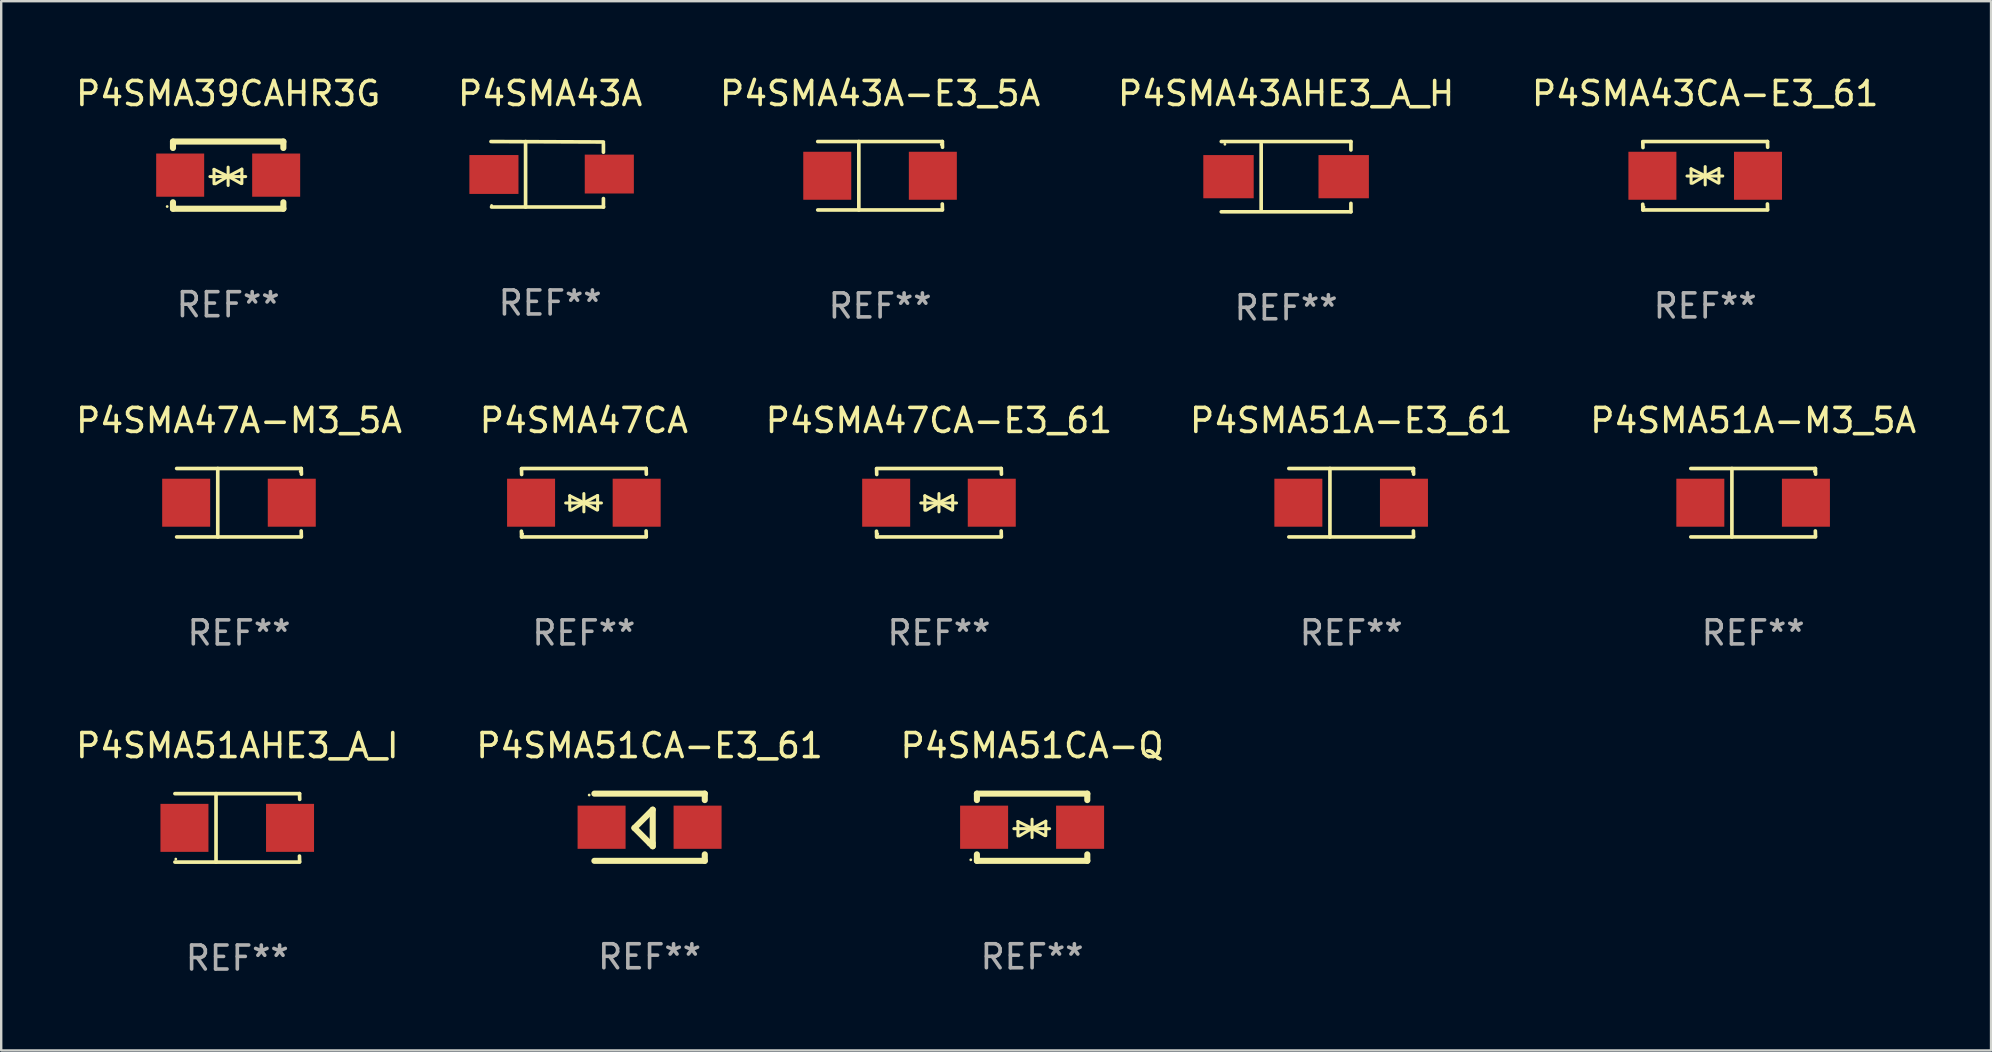
<source format=kicad_pcb>
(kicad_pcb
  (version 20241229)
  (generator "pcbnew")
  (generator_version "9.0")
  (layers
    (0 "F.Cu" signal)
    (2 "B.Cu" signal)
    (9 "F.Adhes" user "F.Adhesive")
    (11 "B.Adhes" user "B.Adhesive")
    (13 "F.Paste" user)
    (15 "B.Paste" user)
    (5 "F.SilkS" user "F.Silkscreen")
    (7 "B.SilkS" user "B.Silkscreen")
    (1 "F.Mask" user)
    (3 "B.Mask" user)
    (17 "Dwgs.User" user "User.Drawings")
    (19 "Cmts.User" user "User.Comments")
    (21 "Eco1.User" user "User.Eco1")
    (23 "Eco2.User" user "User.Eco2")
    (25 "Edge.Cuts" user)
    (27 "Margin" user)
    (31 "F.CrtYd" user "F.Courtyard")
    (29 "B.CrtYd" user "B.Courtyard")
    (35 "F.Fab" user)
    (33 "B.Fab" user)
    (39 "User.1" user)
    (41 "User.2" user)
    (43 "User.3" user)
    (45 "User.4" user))
  (footprint "P4SMA39CAHR3G"
    (layer "F.Cu")
    (at 6.458 4.248)
    (property "Reference" "P4SMA39CAHR3G" (at 0 -3.4 0) (layer "F.SilkS") (effects (font (size 1 1) (thickness 0.15))))
    (attr through_hole)
    (fp_line (start -2.3 -1.4) (end -2.3 -1.131) (stroke (width 0.254) (type solid)) (layer "F.SilkS"))
    (fp_line (start -2.3 -1.4) (end 2.3 -1.4) (stroke (width 0.254) (type solid)) (layer "F.SilkS"))
    (fp_line (start -2.3 1.131) (end -2.3 1.4) (stroke (width 0.254) (type solid)) (layer "F.SilkS"))
    (fp_line (start -2.3 1.4) (end 2.3 1.4) (stroke (width 0.254) (type solid)) (layer "F.SilkS"))
    (fp_line (start -0.76 0.06) (end 0.73 0.06) (stroke (width 0.127) (type solid)) (layer "F.SilkS"))
    (fp_line (start -0.59 -0.24) (end -0.59 0.36) (stroke (width 0.127) (type solid)) (layer "F.SilkS"))
    (fp_line (start -0.59 -0.24) (end -0.002 0.049) (stroke (width 0.127) (type solid)) (layer "F.SilkS"))
    (fp_line (start -0.53 0.36) (end -0.002 0.049) (stroke (width 0.127) (type solid)) (layer "F.SilkS"))
    (fp_line (start -0.002 0.049) (end -0.002 -0.332) (stroke (width 0.127) (type solid)) (layer "F.SilkS"))
    (fp_line (start -0.002 0.049) (end -0.002 0.43) (stroke (width 0.127) (type solid)) (layer "F.SilkS"))
    (fp_line (start 0.54 0.35) (end -0.002 0.049) (stroke (width 0.127) (type solid)) (layer "F.SilkS"))
    (fp_line (start 0.57 -0.25) (end -0.002 0.049) (stroke (width 0.127) (type solid)) (layer "F.SilkS"))
    (fp_line (start 0.57 -0.25) (end 0.57 0.35) (stroke (width 0.127) (type solid)) (layer "F.SilkS"))
    (fp_line (start 2.3 -1.4) (end 2.3 -1.131) (stroke (width 0.254) (type solid)) (layer "F.SilkS"))
    (fp_line (start 2.3 1.131) (end 2.3 1.4) (stroke (width 0.254) (type solid)) (layer "F.SilkS"))
    (fp_circle (center -2.542 1.308) (end -2.512 1.308) (stroke (width 0.06) (type solid)) (fill no) (layer "F.SilkS"))
    (fp_text user "REF**" (at 0 5.4 0) (layer "F.Fab") (effects (font (size 1 1) (thickness 0.15))))
    (pad "1" smd rect (at -2 0) (size 2 1.8) (layers "F.Cu" "F.Mask" "F.Paste"))
    (pad "2" smd rect (at 2 0) (size 2 1.8) (layers "F.Cu" "F.Mask" "F.Paste")))
  (footprint "P4SMA43AHE3_A_H"
    (layer "F.Cu")
    (at 50.542 4.312)
    (property "Reference" "P4SMA43AHE3_A_H" (at 0 -3.464 0) (layer "F.SilkS") (effects (font (size 1 1) (thickness 0.15))))
    (attr through_hole)
    (fp_line (start -2.701 -1.464) (end 2.701 -1.464) (stroke (width 0.152) (type solid)) (layer "F.SilkS"))
    (fp_line (start -2.701 1.464) (end 2.701 1.464) (stroke (width 0.152) (type solid)) (layer "F.SilkS"))
    (fp_line (start -1.039 -1.364) (end -1.039 1.364) (stroke (width 0.152) (type solid)) (layer "F.SilkS"))
    (fp_line (start 2.701 -1.464) (end 2.701 -1.113) (stroke (width 0.152) (type solid)) (layer "F.SilkS"))
    (fp_line (start 2.701 1.464) (end 2.701 1.113) (stroke (width 0.152) (type solid)) (layer "F.SilkS"))
    (fp_circle (center -2.55 -1.35) (end -2.52 -1.35) (stroke (width 0.06) (type solid)) (fill no) (layer "F.SilkS"))
    (fp_text user "REF**" (at 0 5.464 0) (layer "F.Fab") (effects (font (size 1 1) (thickness 0.15))))
    (pad "1" smd rect (at -2.4 0) (size 2.1 1.8) (layers "F.Cu" "F.Mask" "F.Paste"))
    (pad "2" smd rect (at 2.4 0) (size 2.1 1.8) (layers "F.Cu" "F.Mask" "F.Paste")))
  (footprint "P4SMA51A-E3_61"
    (layer "F.Cu")
    (at 53.256 17.898)
    (property "Reference" "P4SMA51A-E3_61" (at 0 -3.426 0) (layer "F.SilkS") (effects (font (size 1 1) (thickness 0.15))))
    (attr through_hole)
    (fp_line (start -2.6 -1.426) (end 2.593 -1.426) (stroke (width 0.152) (type solid)) (layer "F.SilkS"))
    (fp_line (start -2.6 1.426) (end 2.593 1.426) (stroke (width 0.152) (type solid)) (layer "F.SilkS"))
    (fp_line (start -0.887 -1.426) (end -0.887 1.426) (stroke (width 0.152) (type solid)) (layer "F.SilkS"))
    (fp_line (start 2.59 1.176) (end 2.597 1.415) (stroke (width 0.152) (type solid)) (layer "F.SilkS"))
    (fp_line (start 2.593 -1.426) (end 2.6 -1.187) (stroke (width 0.152) (type solid)) (layer "F.SilkS"))
    (fp_circle (center 2.547 -1.3) (end 2.577 -1.3) (stroke (width 0.06) (type solid)) (fill no) (layer "F.SilkS"))
    (fp_text user "REF**" (at 0 5.426 0) (layer "F.Fab") (effects (font (size 1 1) (thickness 0.15))))
    (pad "1" smd rect (at 2.197 -0.000025 180) (size 2 2) (layers "F.Cu" "F.Mask" "F.Paste"))
    (pad "2" smd rect (at -2.203 -0.000025 180) (size 2 2) (layers "F.Cu" "F.Mask" "F.Paste")))
  (footprint "P4SMA47A-M3_5A"
    (layer "F.Cu")
    (at 6.911 17.898)
    (property "Reference" "P4SMA47A-M3_5A" (at 0 -3.426 0) (layer "F.SilkS") (effects (font (size 1 1) (thickness 0.15))))
    (attr through_hole)
    (fp_line (start -2.6 -1.426) (end 2.593 -1.426) (stroke (width 0.152) (type solid)) (layer "F.SilkS"))
    (fp_line (start -2.6 1.426) (end 2.593 1.426) (stroke (width 0.152) (type solid)) (layer "F.SilkS"))
    (fp_line (start -0.887 -1.426) (end -0.887 1.426) (stroke (width 0.152) (type solid)) (layer "F.SilkS"))
    (fp_line (start 2.59 1.176) (end 2.597 1.415) (stroke (width 0.152) (type solid)) (layer "F.SilkS"))
    (fp_line (start 2.593 -1.426) (end 2.6 -1.187) (stroke (width 0.152) (type solid)) (layer "F.SilkS"))
    (fp_circle (center 2.547 -1.3) (end 2.577 -1.3) (stroke (width 0.06) (type solid)) (fill no) (layer "F.SilkS"))
    (fp_text user "REF**" (at 0 5.426 0) (layer "F.Fab") (effects (font (size 1 1) (thickness 0.15))))
    (pad "1" smd rect (at 2.197 -0.000025 180) (size 2 2) (layers "F.Cu" "F.Mask" "F.Paste"))
    (pad "2" smd rect (at -2.203 -0.000025 180) (size 2 2) (layers "F.Cu" "F.Mask" "F.Paste")))
  (footprint "P4SMA47CA"
    (layer "F.Cu")
    (at 21.28 17.898)
    (property "Reference" "P4SMA47CA" (at 0 -3.426 0) (layer "F.SilkS") (effects (font (size 1 1) (thickness 0.15))))
    (attr through_hole)
    (fp_line (start -2.596 -1.426) (end 2.596 -1.426) (stroke (width 0.152) (type solid)) (layer "F.SilkS"))
    (fp_line (start -2.596 1.426) (end -2.603 1.187) (stroke (width 0.152) (type solid)) (layer "F.SilkS"))
    (fp_line (start -2.596 1.426) (end 2.596 1.426) (stroke (width 0.152) (type solid)) (layer "F.SilkS"))
    (fp_line (start -2.593 -1.176) (end -2.6 -1.415) (stroke (width 0.152) (type solid)) (layer "F.SilkS"))
    (fp_line (start -0.758 0.011) (end 0.732 0.011) (stroke (width 0.127) (type solid)) (layer "F.SilkS"))
    (fp_line (start -0.588 -0.289) (end -0.588 0.311) (stroke (width 0.127) (type solid)) (layer "F.SilkS"))
    (fp_line (start -0.588 -0.289) (end 0 0) (stroke (width 0.127) (type solid)) (layer "F.SilkS"))
    (fp_line (start -0.528 0.311) (end 0 0) (stroke (width 0.127) (type solid)) (layer "F.SilkS"))
    (fp_line (start 0 0) (end 0 -0.381) (stroke (width 0.127) (type solid)) (layer "F.SilkS"))
    (fp_line (start 0 0) (end 0 0.381) (stroke (width 0.127) (type solid)) (layer "F.SilkS"))
    (fp_line (start 0.542 0.301) (end 0 0) (stroke (width 0.127) (type solid)) (layer "F.SilkS"))
    (fp_line (start 0.572 -0.299) (end 0 0) (stroke (width 0.127) (type solid)) (layer "F.SilkS"))
    (fp_line (start 0.572 -0.299) (end 0.572 0.301) (stroke (width 0.127) (type solid)) (layer "F.SilkS"))
    (fp_line (start 2.593 1.176) (end 2.6 1.415) (stroke (width 0.152) (type solid)) (layer "F.SilkS"))
    (fp_line (start 2.596 -1.426) (end 2.603 -1.187) (stroke (width 0.152) (type solid)) (layer "F.SilkS"))
    (fp_circle (center -2.55 1.3) (end -2.52 1.3) (stroke (width 0.06) (type solid)) (fill no) (layer "F.SilkS"))
    (fp_text user "REF**" (at 0 5.426 0) (layer "F.Fab") (effects (font (size 1 1) (thickness 0.15))))
    (pad "1" smd rect (at -2.2 0 180) (size 2 2) (layers "F.Cu" "F.Mask" "F.Paste"))
    (pad "2" smd rect (at 2.2 0 180) (size 2 2) (layers "F.Cu" "F.Mask" "F.Paste")))
  (footprint "P4SMA47CA-E3_61"
    (layer "F.Cu")
    (at 36.077 17.898)
    (property "Reference" "P4SMA47CA-E3_61" (at 0 -3.426 0) (layer "F.SilkS") (effects (font (size 1 1) (thickness 0.15))))
    (attr through_hole)
    (fp_line (start -2.596 -1.426) (end 2.596 -1.426) (stroke (width 0.152) (type solid)) (layer "F.SilkS"))
    (fp_line (start -2.596 1.426) (end -2.603 1.187) (stroke (width 0.152) (type solid)) (layer "F.SilkS"))
    (fp_line (start -2.596 1.426) (end 2.596 1.426) (stroke (width 0.152) (type solid)) (layer "F.SilkS"))
    (fp_line (start -2.593 -1.176) (end -2.6 -1.415) (stroke (width 0.152) (type solid)) (layer "F.SilkS"))
    (fp_line (start -0.758 0.011) (end 0.732 0.011) (stroke (width 0.127) (type solid)) (layer "F.SilkS"))
    (fp_line (start -0.588 -0.289) (end -0.588 0.311) (stroke (width 0.127) (type solid)) (layer "F.SilkS"))
    (fp_line (start -0.588 -0.289) (end 0 0) (stroke (width 0.127) (type solid)) (layer "F.SilkS"))
    (fp_line (start -0.528 0.311) (end 0 0) (stroke (width 0.127) (type solid)) (layer "F.SilkS"))
    (fp_line (start 0 0) (end 0 -0.381) (stroke (width 0.127) (type solid)) (layer "F.SilkS"))
    (fp_line (start 0 0) (end 0 0.381) (stroke (width 0.127) (type solid)) (layer "F.SilkS"))
    (fp_line (start 0.542 0.301) (end 0 0) (stroke (width 0.127) (type solid)) (layer "F.SilkS"))
    (fp_line (start 0.572 -0.299) (end 0 0) (stroke (width 0.127) (type solid)) (layer "F.SilkS"))
    (fp_line (start 0.572 -0.299) (end 0.572 0.301) (stroke (width 0.127) (type solid)) (layer "F.SilkS"))
    (fp_line (start 2.593 1.176) (end 2.6 1.415) (stroke (width 0.152) (type solid)) (layer "F.SilkS"))
    (fp_line (start 2.596 -1.426) (end 2.603 -1.187) (stroke (width 0.152) (type solid)) (layer "F.SilkS"))
    (fp_circle (center -2.55 1.3) (end -2.52 1.3) (stroke (width 0.06) (type solid)) (fill no) (layer "F.SilkS"))
    (fp_text user "REF**" (at 0 5.426 0) (layer "F.Fab") (effects (font (size 1 1) (thickness 0.15))))
    (pad "1" smd rect (at -2.2 0 180) (size 2 2) (layers "F.Cu" "F.Mask" "F.Paste"))
    (pad "2" smd rect (at 2.2 0 180) (size 2 2) (layers "F.Cu" "F.Mask" "F.Paste")))
  (footprint "P4SMA51CA-Q"
    (layer "F.Cu")
    (at 39.958 31.421)
    (property "Reference" "P4SMA51CA-Q" (at 0 -3.4 0) (layer "F.SilkS") (effects (font (size 1 1) (thickness 0.15))))
    (attr through_hole)
    (fp_line (start -2.3 -1.4) (end -2.3 -1.131) (stroke (width 0.254) (type solid)) (layer "F.SilkS"))
    (fp_line (start -2.3 -1.4) (end 2.3 -1.4) (stroke (width 0.254) (type solid)) (layer "F.SilkS"))
    (fp_line (start -2.3 1.131) (end -2.3 1.4) (stroke (width 0.254) (type solid)) (layer "F.SilkS"))
    (fp_line (start -2.3 1.4) (end 2.3 1.4) (stroke (width 0.254) (type solid)) (layer "F.SilkS"))
    (fp_line (start -0.76 0.06) (end 0.73 0.06) (stroke (width 0.127) (type solid)) (layer "F.SilkS"))
    (fp_line (start -0.59 -0.24) (end -0.59 0.36) (stroke (width 0.127) (type solid)) (layer "F.SilkS"))
    (fp_line (start -0.59 -0.24) (end -0.002 0.049) (stroke (width 0.127) (type solid)) (layer "F.SilkS"))
    (fp_line (start -0.53 0.36) (end -0.002 0.049) (stroke (width 0.127) (type solid)) (layer "F.SilkS"))
    (fp_line (start -0.002 0.049) (end -0.002 -0.332) (stroke (width 0.127) (type solid)) (layer "F.SilkS"))
    (fp_line (start -0.002 0.049) (end -0.002 0.43) (stroke (width 0.127) (type solid)) (layer "F.SilkS"))
    (fp_line (start 0.54 0.35) (end -0.002 0.049) (stroke (width 0.127) (type solid)) (layer "F.SilkS"))
    (fp_line (start 0.57 -0.25) (end -0.002 0.049) (stroke (width 0.127) (type solid)) (layer "F.SilkS"))
    (fp_line (start 0.57 -0.25) (end 0.57 0.35) (stroke (width 0.127) (type solid)) (layer "F.SilkS"))
    (fp_line (start 2.3 -1.4) (end 2.3 -1.131) (stroke (width 0.254) (type solid)) (layer "F.SilkS"))
    (fp_line (start 2.3 1.131) (end 2.3 1.4) (stroke (width 0.254) (type solid)) (layer "F.SilkS"))
    (fp_circle (center -2.555 1.358) (end -2.525 1.358) (stroke (width 0.06) (type solid)) (fill no) (layer "F.SilkS"))
    (fp_text user "REF**" (at 0 5.4 0) (layer "F.Fab") (effects (font (size 1 1) (thickness 0.15))))
    (pad "1" smd rect (at -2 -0.000025) (size 2 1.8) (layers "F.Cu" "F.Mask" "F.Paste"))
    (pad "2" smd rect (at 2 -0.000025) (size 2 1.8) (layers "F.Cu" "F.Mask" "F.Paste")))
  (footprint "P4SMA51A-M3_5A"
    (layer "F.Cu")
    (at 70.006 17.898)
    (property "Reference" "P4SMA51A-M3_5A" (at 0 -3.426 0) (layer "F.SilkS") (effects (font (size 1 1) (thickness 0.15))))
    (attr through_hole)
    (fp_line (start -2.6 -1.426) (end 2.593 -1.426) (stroke (width 0.152) (type solid)) (layer "F.SilkS"))
    (fp_line (start -2.6 1.426) (end 2.593 1.426) (stroke (width 0.152) (type solid)) (layer "F.SilkS"))
    (fp_line (start -0.887 -1.426) (end -0.887 1.426) (stroke (width 0.152) (type solid)) (layer "F.SilkS"))
    (fp_line (start 2.59 1.176) (end 2.597 1.415) (stroke (width 0.152) (type solid)) (layer "F.SilkS"))
    (fp_line (start 2.593 -1.426) (end 2.6 -1.187) (stroke (width 0.152) (type solid)) (layer "F.SilkS"))
    (fp_circle (center 2.547 -1.3) (end 2.577 -1.3) (stroke (width 0.06) (type solid)) (fill no) (layer "F.SilkS"))
    (fp_text user "REF**" (at 0 5.426 0) (layer "F.Fab") (effects (font (size 1 1) (thickness 0.15))))
    (pad "1" smd rect (at 2.197 -0.000025 180) (size 2 2) (layers "F.Cu" "F.Mask" "F.Paste"))
    (pad "2" smd rect (at -2.203 -0.000025 180) (size 2 2) (layers "F.Cu" "F.Mask" "F.Paste")))
  (footprint "P4SMA51CA-E3_61"
    (layer "F.Cu")
    (at 24.018 31.421)
    (property "Reference" "P4SMA51CA-E3_61" (at 0 -3.4 0) (layer "F.SilkS") (effects (font (size 1 1) (thickness 0.15))))
    (attr through_hole)
    (fp_line (start -2.3 -1.4) (end 2.3 -1.4) (stroke (width 0.254) (type solid)) (layer "F.SilkS"))
    (fp_line (start -2.3 1.4) (end 2.3 1.4) (stroke (width 0.254) (type solid)) (layer "F.SilkS"))
    (fp_line (start -0.631 0.03) (end 0.131 -0.732) (stroke (width 0.254) (type solid)) (layer "F.SilkS"))
    (fp_line (start 0.004 0.665) (end -0.631 0.03) (stroke (width 0.254) (type solid)) (layer "F.SilkS"))
    (fp_line (start 0.131 -0.732) (end 0.131 0.665) (stroke (width 0.254) (type solid)) (layer "F.SilkS"))
    (fp_line (start 0.131 0.665) (end 0.131 0.792) (stroke (width 0.254) (type solid)) (layer "F.SilkS"))
    (fp_line (start 0.131 0.792) (end 0.004 0.665) (stroke (width 0.254) (type solid)) (layer "F.SilkS"))
    (fp_line (start 2.3 -1.4) (end 2.3 -1.131) (stroke (width 0.254) (type solid)) (layer "F.SilkS"))
    (fp_line (start 2.3 1.131) (end 2.3 1.4) (stroke (width 0.254) (type solid)) (layer "F.SilkS"))
    (fp_circle (center -2.517 -1.342) (end -2.487 -1.342) (stroke (width 0.06) (type solid)) (fill no) (layer "F.SilkS"))
    (fp_text user "REF**" (at 0 5.4 0) (layer "F.Fab") (effects (font (size 1 1) (thickness 0.15))))
    (pad "1" smd rect (at -2 -0.000127) (size 2 1.8) (layers "F.Cu" "F.Mask" "F.Paste"))
    (pad "2" smd rect (at 2 -0.000127) (size 2 1.8) (layers "F.Cu" "F.Mask" "F.Paste")))
  (footprint "P4SMA43A"
    (layer "F.Cu")
    (at 19.875 4.212)
    (property "Reference" "P4SMA43A" (at 0 -3.364 0) (layer "F.SilkS") (effects (font (size 1 1) (thickness 0.15))))
    (attr through_hole)
    (fp_line (start -2.465 -1.364) (end 2.22 -1.346) (stroke (width 0.152) (type solid)) (layer "F.SilkS"))
    (fp_line (start -2.442 1.364) (end 2.226 1.364) (stroke (width 0.152) (type solid)) (layer "F.SilkS"))
    (fp_line (start -1.024 -1.364) (end -1.024 1.364) (stroke (width 0.152) (type solid)) (layer "F.SilkS"))
    (fp_line (start 2.22 -1.27) (end 2.22 -0.919) (stroke (width 0.152) (type solid)) (layer "F.SilkS"))
    (fp_line (start 2.22 1.364) (end 2.22 1.013) (stroke (width 0.152) (type solid)) (layer "F.SilkS"))
    (fp_circle (center -2.439 1.3) (end -2.409 1.3) (stroke (width 0.06) (type solid)) (fill no) (layer "F.SilkS"))
    (fp_text user "REF**" (at 0 5.364 0) (layer "F.Fab") (effects (font (size 1 1) (thickness 0.15))))
    (pad "1" smd rect (at -2.343 0.009) (size 2.046 1.62) (layers "F.Cu" "F.Mask" "F.Paste"))
    (pad "2" smd rect (at 2.465 -0.009 180) (size 2.046 1.62) (layers "F.Cu" "F.Mask" "F.Paste")))
  (footprint "P4SMA43CA-E3_61"
    (layer "F.Cu")
    (at 68.006 4.274)
    (property "Reference" "P4SMA43CA-E3_61" (at 0 -3.426 0) (layer "F.SilkS") (effects (font (size 1 1) (thickness 0.15))))
    (attr through_hole)
    (fp_line (start -2.596 -1.426) (end 2.596 -1.426) (stroke (width 0.152) (type solid)) (layer "F.SilkS"))
    (fp_line (start -2.596 1.426) (end -2.603 1.187) (stroke (width 0.152) (type solid)) (layer "F.SilkS"))
    (fp_line (start -2.596 1.426) (end 2.596 1.426) (stroke (width 0.152) (type solid)) (layer "F.SilkS"))
    (fp_line (start -2.593 -1.176) (end -2.6 -1.415) (stroke (width 0.152) (type solid)) (layer "F.SilkS"))
    (fp_line (start -0.758 0.011) (end 0.732 0.011) (stroke (width 0.127) (type solid)) (layer "F.SilkS"))
    (fp_line (start -0.588 -0.289) (end -0.588 0.311) (stroke (width 0.127) (type solid)) (layer "F.SilkS"))
    (fp_line (start -0.588 -0.289) (end 0 0) (stroke (width 0.127) (type solid)) (layer "F.SilkS"))
    (fp_line (start -0.528 0.311) (end 0 0) (stroke (width 0.127) (type solid)) (layer "F.SilkS"))
    (fp_line (start 0 0) (end 0 -0.381) (stroke (width 0.127) (type solid)) (layer "F.SilkS"))
    (fp_line (start 0 0) (end 0 0.381) (stroke (width 0.127) (type solid)) (layer "F.SilkS"))
    (fp_line (start 0.542 0.301) (end 0 0) (stroke (width 0.127) (type solid)) (layer "F.SilkS"))
    (fp_line (start 0.572 -0.299) (end 0 0) (stroke (width 0.127) (type solid)) (layer "F.SilkS"))
    (fp_line (start 0.572 -0.299) (end 0.572 0.301) (stroke (width 0.127) (type solid)) (layer "F.SilkS"))
    (fp_line (start 2.593 1.176) (end 2.6 1.415) (stroke (width 0.152) (type solid)) (layer "F.SilkS"))
    (fp_line (start 2.596 -1.426) (end 2.603 -1.187) (stroke (width 0.152) (type solid)) (layer "F.SilkS"))
    (fp_circle (center -2.55 1.3) (end -2.52 1.3) (stroke (width 0.06) (type solid)) (fill no) (layer "F.SilkS"))
    (fp_text user "REF**" (at 0 5.426 0) (layer "F.Fab") (effects (font (size 1 1) (thickness 0.15))))
    (pad "1" smd rect (at -2.2 0 180) (size 2 2) (layers "F.Cu" "F.Mask" "F.Paste"))
    (pad "2" smd rect (at 2.2 0 180) (size 2 2) (layers "F.Cu" "F.Mask" "F.Paste")))
  (footprint "P4SMA51AHE3_A_I"
    (layer "F.Cu")
    (at 6.839 31.447)
    (property "Reference" "P4SMA51AHE3_A_I" (at 0 -3.426 0) (layer "F.SilkS") (effects (font (size 1 1) (thickness 0.15))))
    (attr through_hole)
    (fp_line (start -2.6 -1.426) (end 2.593 -1.426) (stroke (width 0.152) (type solid)) (layer "F.SilkS"))
    (fp_line (start -2.6 1.426) (end 2.593 1.426) (stroke (width 0.152) (type solid)) (layer "F.SilkS"))
    (fp_line (start -0.887 -1.426) (end -0.887 1.426) (stroke (width 0.152) (type solid)) (layer "F.SilkS"))
    (fp_line (start 2.59 1.176) (end 2.597 1.415) (stroke (width 0.152) (type solid)) (layer "F.SilkS"))
    (fp_line (start 2.593 -1.426) (end 2.6 -1.187) (stroke (width 0.152) (type solid)) (layer "F.SilkS"))
    (fp_circle (center -2.563 1.3) (end -2.533 1.3) (stroke (width 0.06) (type solid)) (fill no) (layer "F.SilkS"))
    (fp_text user "REF**" (at 0 5.426 0) (layer "F.Fab") (effects (font (size 1 1) (thickness 0.15))))
    (pad "1" smd rect (at -2.203 -0.000025 180) (size 2 2) (layers "F.Cu" "F.Mask" "F.Paste"))
    (pad "2" smd rect (at 2.197 -0.000025 180) (size 2 2) (layers "F.Cu" "F.Mask" "F.Paste")))
  (footprint "P4SMA43A-E3_5A"
    (layer "F.Cu")
    (at 33.625 4.274)
    (property "Reference" "P4SMA43A-E3_5A" (at 0 -3.426 0) (layer "F.SilkS") (effects (font (size 1 1) (thickness 0.15))))
    (attr through_hole)
    (fp_line (start -2.6 -1.426) (end 2.593 -1.426) (stroke (width 0.152) (type solid)) (layer "F.SilkS"))
    (fp_line (start -2.6 1.426) (end 2.593 1.426) (stroke (width 0.152) (type solid)) (layer "F.SilkS"))
    (fp_line (start -0.887 -1.426) (end -0.887 1.426) (stroke (width 0.152) (type solid)) (layer "F.SilkS"))
    (fp_line (start 2.59 1.176) (end 2.597 1.415) (stroke (width 0.152) (type solid)) (layer "F.SilkS"))
    (fp_line (start 2.593 -1.426) (end 2.6 -1.187) (stroke (width 0.152) (type solid)) (layer "F.SilkS"))
    (fp_circle (center 2.547 -1.3) (end 2.577 -1.3) (stroke (width 0.06) (type solid)) (fill no) (layer "F.SilkS"))
    (fp_text user "REF**" (at 0 5.426 0) (layer "F.Fab") (effects (font (size 1 1) (thickness 0.15))))
    (pad "1" smd rect (at 2.197 -0.000025 180) (size 2 2) (layers "F.Cu" "F.Mask" "F.Paste"))
    (pad "2" smd rect (at -2.203 -0.000025 180) (size 2 2) (layers "F.Cu" "F.Mask" "F.Paste")))
  (gr_rect
    (start -3 -3)
    (end 79.917 40.722)
    (stroke (width 0.1) (type default))
    (fill no)
    (layer "Edge.Cuts")))
</source>
